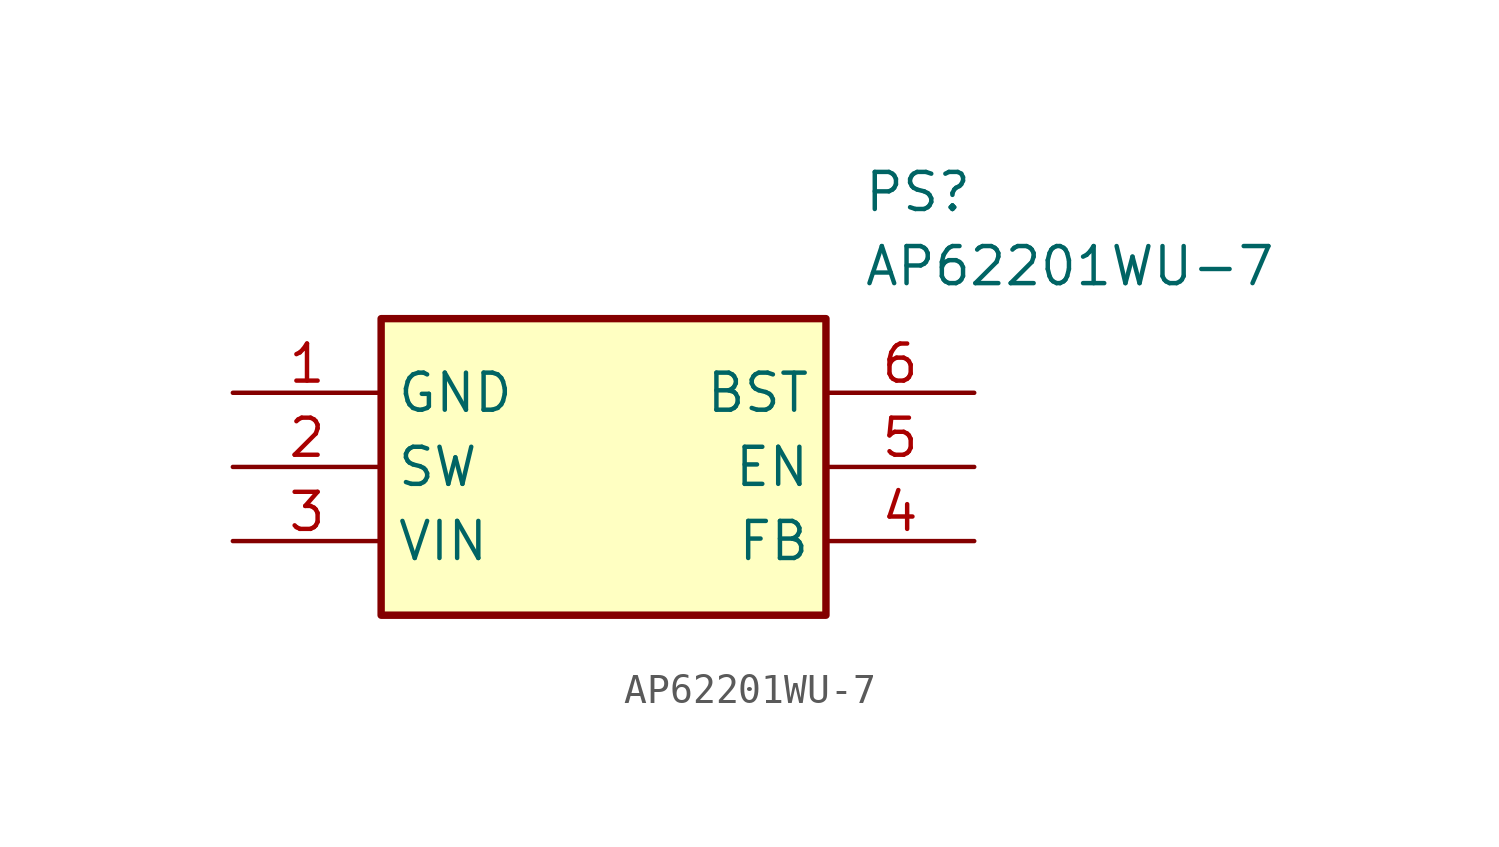
<source format=kicad_sym>
(kicad_symbol_lib
  (version 20211014)
  (generator SamacSys_ECAD_Model)
  (symbol "AP62201WU-7"
    (property "Reference" "PS"
      (at 21.59 7.62 0)
      (effects (font (size 1.27 1.27)) (justify left top)))
    (property "Value" "AP62201WU-7"
      (at 21.59 5.08 0)
      (effects (font (size 1.27 1.27)) (justify left top)))
    (rectangle
      (start 5.08 2.54)
      (end 20.32 -7.62)
      (stroke (width 0.254) (type default))
      (fill (type background)))
    (pin passive line
      (at 0 0 0)
      (length 5.08)
      (name "GND" (effects (font (size 1.27 1.27))))
      (number "1" (effects (font (size 1.27 1.27)))))
    (pin passive line
      (at 0 -2.54 0)
      (length 5.08)
      (name "SW" (effects (font (size 1.27 1.27))))
      (number "2" (effects (font (size 1.27 1.27)))))
    (pin passive line
      (at 0 -5.08 0)
      (length 5.08)
      (name "VIN" (effects (font (size 1.27 1.27))))
      (number "3" (effects (font (size 1.27 1.27)))))
    (pin passive line
      (at 25.4 0 180)
      (length 5.08)
      (name "BST" (effects (font (size 1.27 1.27))))
      (number "6" (effects (font (size 1.27 1.27)))))
    (pin passive line
      (at 25.4 -2.54 180)
      (length 5.08)
      (name "EN" (effects (font (size 1.27 1.27))))
      (number "5" (effects (font (size 1.27 1.27)))))
    (pin passive line
      (at 25.4 -5.08 180)
      (length 5.08)
      (name "FB" (effects (font (size 1.27 1.27))))
      (number "4" (effects (font (size 1.27 1.27)))))))
</source>
